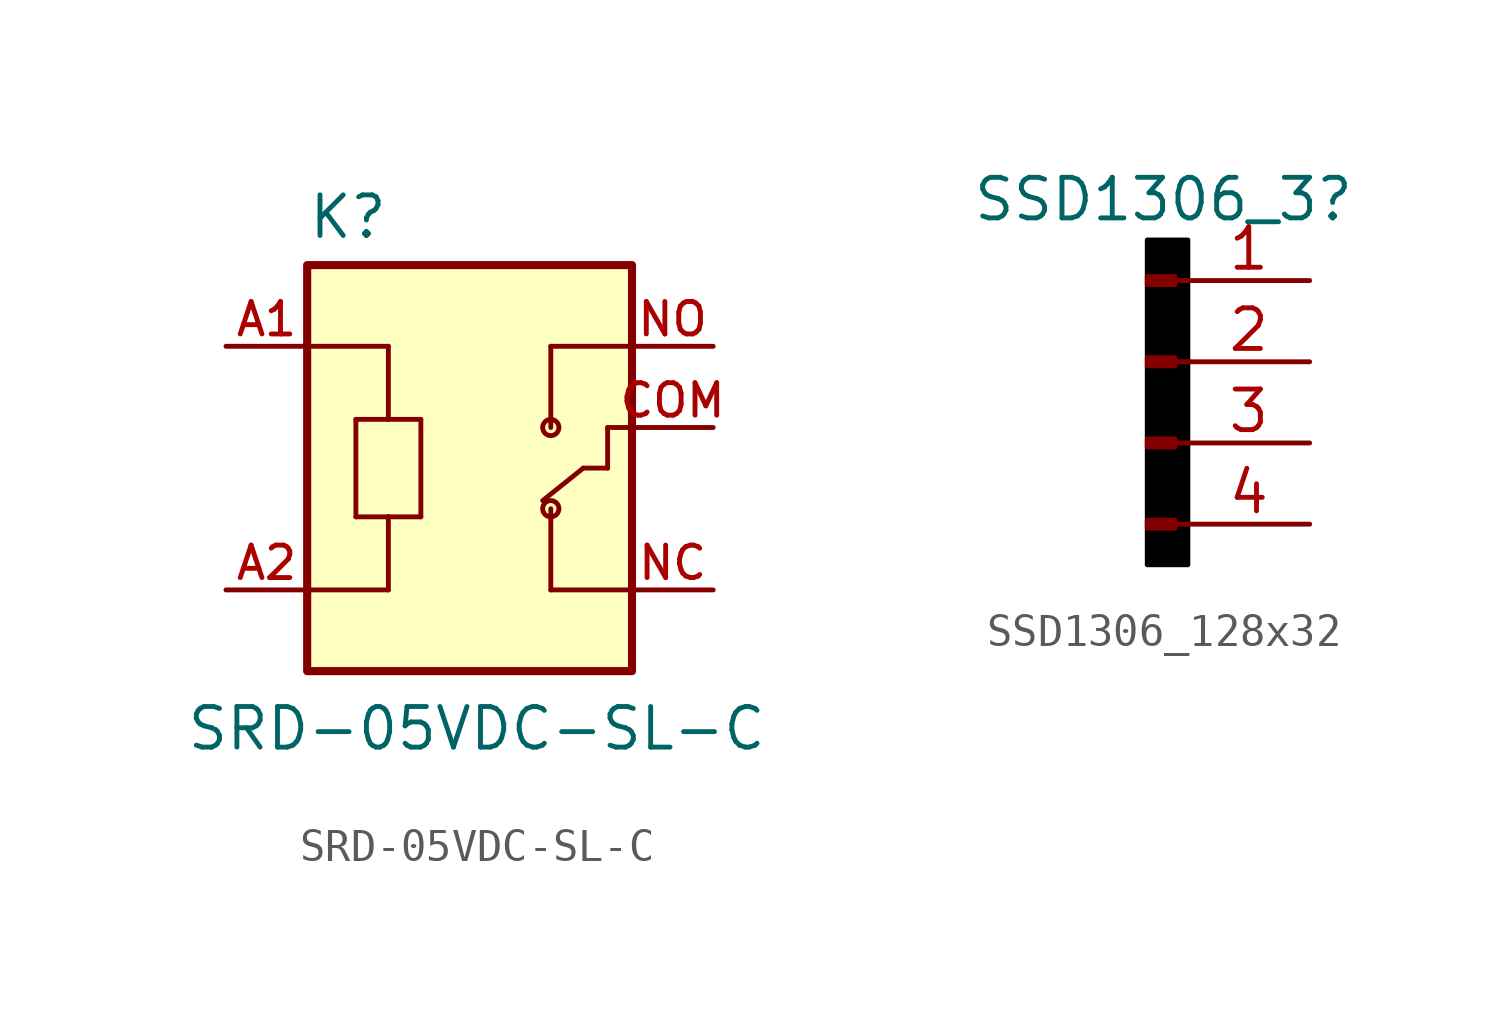
<source format=kicad_sym>
(kicad_symbol_lib
  (version 20231120)
  (generator "kicad_symbol_editor")
  (generator_version "8.0")
  (symbol "SRD-05VDC-SL-C"
    (pin_names
      (offset 1.016))
    (property "Reference" "K"
      (at -5.081 5.843 0)
      (effects (font (size 1.27 1.27)) (justify left bottom)))
    (property "Value" "SRD-05VDC-SL-C"
      (at -8.89 -10.16 0)
      (effects (font (size 1.27 1.27)) (justify left bottom)))
    (symbol "SRD-05VDC-SL-C_0_0"
      (rectangle (start -5.08 5.08) (end 5.08 -7.62) (stroke (width 0.254) (type default)) (fill (type background)))
      (polyline (pts (xy -5.08 2.54) (xy -2.54 2.54)) (stroke (width 0.152) (type default)) (fill (type none)))
      (polyline (pts (xy -3.556 -2.794) (xy -2.54 -2.794)) (stroke (width 0.152) (type default)) (fill (type none)))
      (polyline (pts (xy -3.556 0.254) (xy -3.556 -2.794)) (stroke (width 0.152) (type default)) (fill (type none)))
      (polyline (pts (xy -2.54 -5.08) (xy -5.08 -5.08)) (stroke (width 0.152) (type default)) (fill (type none)))
      (polyline (pts (xy -2.54 -2.794) (xy -2.54 -5.08)) (stroke (width 0.152) (type default)) (fill (type none)))
      (polyline (pts (xy -2.54 -2.794) (xy -1.524 -2.794)) (stroke (width 0.152) (type default)) (fill (type none)))
      (polyline (pts (xy -2.54 0.254) (xy -3.556 0.254)) (stroke (width 0.152) (type default)) (fill (type none)))
      (polyline (pts (xy -2.54 2.54) (xy -2.54 0.254)) (stroke (width 0.152) (type default)) (fill (type none)))
      (polyline (pts (xy -1.524 -2.794) (xy -1.524 0.254)) (stroke (width 0.152) (type default)) (fill (type none)))
      (polyline (pts (xy -1.524 0.254) (xy -2.54 0.254)) (stroke (width 0.152) (type default)) (fill (type none)))
      (polyline (pts (xy 2.54 -5.08) (xy 5.08 -5.08)) (stroke (width 0.152) (type default)) (fill (type none)))
      (polyline (pts (xy 2.54 -2.54) (xy 2.54 -5.08)) (stroke (width 0.152) (type default)) (fill (type none)))
      (polyline (pts (xy 2.54 2.54) (xy 2.54 0)) (stroke (width 0.152) (type default)) (fill (type none)))
      (polyline (pts (xy 3.556 -1.27) (xy 2.286 -2.286)) (stroke (width 0.152) (type default)) (fill (type none)))
      (polyline (pts (xy 3.556 -1.27) (xy 4.318 -1.27)) (stroke (width 0.152) (type default)) (fill (type none)))
      (polyline (pts (xy 4.318 -1.27) (xy 4.318 0)) (stroke (width 0.152) (type default)) (fill (type none)))
      (polyline (pts (xy 4.318 0) (xy 5.08 0)) (stroke (width 0.152) (type default)) (fill (type none)))
      (polyline (pts (xy 5.08 2.54) (xy 2.54 2.54)) (stroke (width 0.152) (type default)) (fill (type none)))
      (circle (center 2.54 -2.54) (radius 0.254) (stroke (width 0.152) (type default)) (fill (type none)))
      (circle (center 2.54 0) (radius 0.254) (stroke (width 0.152) (type default)) (fill (type none)))
      (pin passive line (at -7.62 2.54 0) (length 2.54) (name "~" (effects (font (size 1.016 1.016)))) (number "A1" (effects (font (size 1.016 1.016)))))
      (pin passive line (at -7.62 -5.08 0) (length 2.54) (name "~" (effects (font (size 1.016 1.016)))) (number "A2" (effects (font (size 1.016 1.016)))))
      (pin passive line (at 7.62 0 180) (length 2.54) (name "~" (effects (font (size 1.016 1.016)))) (number "COM" (effects (font (size 1.016 1.016)))))
      (pin passive line (at 7.62 -5.08 180) (length 2.54) (name "~" (effects (font (size 1.016 1.016)))) (number "NC" (effects (font (size 1.016 1.016)))))
      (pin passive line (at 7.62 2.54 180) (length 2.54) (name "~" (effects (font (size 1.016 1.016)))) (number "NO" (effects (font (size 1.016 1.016)))))))
  (symbol "SSD1306_128x32"
    (pin_names
      (offset 1.016) hide)
    (property "Reference" "SSD1306_3"
      (at 0.508 5.08 0)
      (effects (font (size 1.27 1.27))))
    (property "ki_locked" ""
      (at 0 0 0)
      (effects (font (size 1.27 1.27))))
    (symbol "SSD1306_128x32_1_1"
      (polyline (pts (xy 1.27 -5.08) (xy 0.864 -5.08)) (stroke (width 0.152) (type default)) (fill (type none)))
      (polyline (pts (xy 1.27 -2.54) (xy 0.864 -2.54)) (stroke (width 0.152) (type default)) (fill (type none)))
      (polyline (pts (xy 1.27 0) (xy 0.864 0)) (stroke (width 0.152) (type default)) (fill (type none)))
      (polyline (pts (xy 1.27 2.54) (xy 0.864 2.54)) (stroke (width 0.152) (type default)) (fill (type none)))
      (rectangle (start 0 3.81) (end 1.27 -6.35) (stroke (width 0) (type default) (color 0 0 0 1)) (fill (type outline)))
      (rectangle (start 0.864 -4.953) (end 0 -5.207) (stroke (width 0.152) (type default)) (fill (type outline)))
      (rectangle (start 0.864 -2.413) (end 0 -2.667) (stroke (width 0.152) (type default)) (fill (type outline)))
      (rectangle (start 0.864 0.127) (end 0 -0.127) (stroke (width 0.152) (type default)) (fill (type outline)))
      (rectangle (start 0.864 2.667) (end 0 2.413) (stroke (width 0.152) (type default)) (fill (type outline)))
      (pin passive line (at 5.08 2.54 180) (length 3.81) (name "SDA" (effects (font (size 1.27 1.27)))) (number "1" (effects (font (size 1.27 1.27)))))
      (pin passive line (at 5.08 0 180) (length 3.81) (name "SCL" (effects (font (size 1.27 1.27)))) (number "2" (effects (font (size 1.27 1.27)))))
      (pin passive line (at 5.08 -2.54 180) (length 3.81) (name "VCC" (effects (font (size 1.27 1.27)))) (number "3" (effects (font (size 1.27 1.27)))))
      (pin passive line (at 5.08 -5.08 180) (length 3.81) (name "GND" (effects (font (size 1.27 1.27)))) (number "4" (effects (font (size 1.27 1.27))))))))
</source>
